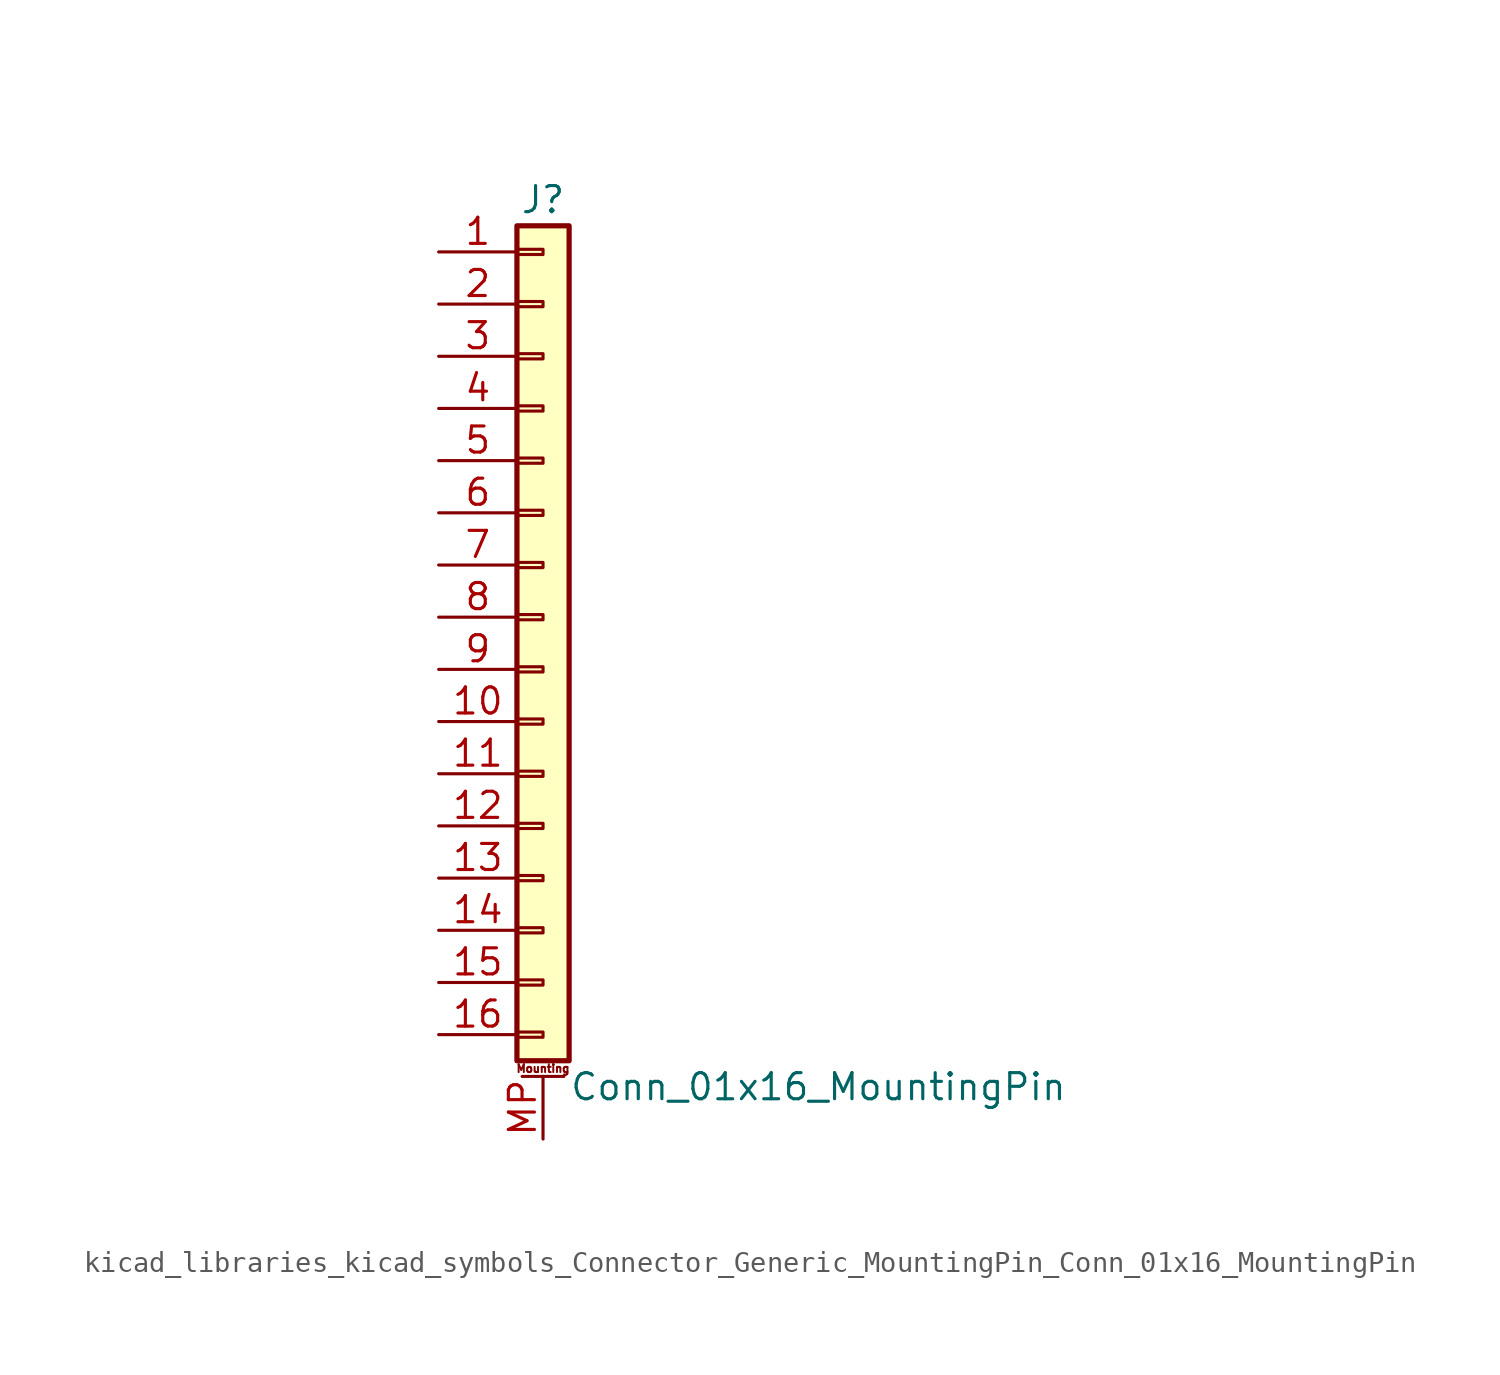
<source format=kicad_sym>
(kicad_symbol_lib
  (version 20220914)
  (generator kicad_symbol_editor)
  (symbol "kicad_libraries_kicad_symbols_Connector_Generic_MountingPin_Conn_01x16_MountingPin"
    (pin_names
      (offset 1.016) hide)
    (property "Reference" "J"
      (at 0 20.32 0)
      (effects (font (size 1.27 1.27))))
    (property "Value" "Conn_01x16_MountingPin"
      (at 1.27 -22.86 0)
      (effects (font (size 1.27 1.27)) (justify left)))
    (symbol "kicad_libraries_kicad_symbols_Connector_Generic_MountingPin_Conn_01x16_MountingPin_1_1"
      (rectangle (start -1.27 -20.193) (end 0 -20.447) (stroke (width 0.152) (type default)) (fill (type none)))
      (rectangle (start -1.27 -17.653) (end 0 -17.907) (stroke (width 0.152) (type default)) (fill (type none)))
      (rectangle (start -1.27 -15.113) (end 0 -15.367) (stroke (width 0.152) (type default)) (fill (type none)))
      (rectangle (start -1.27 -12.573) (end 0 -12.827) (stroke (width 0.152) (type default)) (fill (type none)))
      (rectangle (start -1.27 -10.033) (end 0 -10.287) (stroke (width 0.152) (type default)) (fill (type none)))
      (rectangle (start -1.27 -7.493) (end 0 -7.747) (stroke (width 0.152) (type default)) (fill (type none)))
      (rectangle (start -1.27 -4.953) (end 0 -5.207) (stroke (width 0.152) (type default)) (fill (type none)))
      (rectangle (start -1.27 -2.413) (end 0 -2.667) (stroke (width 0.152) (type default)) (fill (type none)))
      (rectangle (start -1.27 0.127) (end 0 -0.127) (stroke (width 0.152) (type default)) (fill (type none)))
      (rectangle (start -1.27 2.667) (end 0 2.413) (stroke (width 0.152) (type default)) (fill (type none)))
      (rectangle (start -1.27 5.207) (end 0 4.953) (stroke (width 0.152) (type default)) (fill (type none)))
      (rectangle (start -1.27 7.747) (end 0 7.493) (stroke (width 0.152) (type default)) (fill (type none)))
      (rectangle (start -1.27 10.287) (end 0 10.033) (stroke (width 0.152) (type default)) (fill (type none)))
      (rectangle (start -1.27 12.827) (end 0 12.573) (stroke (width 0.152) (type default)) (fill (type none)))
      (rectangle (start -1.27 15.367) (end 0 15.113) (stroke (width 0.152) (type default)) (fill (type none)))
      (rectangle (start -1.27 17.907) (end 0 17.653) (stroke (width 0.152) (type default)) (fill (type none)))
      (rectangle (start -1.27 19.05) (end 1.27 -21.59) (stroke (width 0.254) (type default)) (fill (type background)))
      (polyline (pts (xy -1.016 -22.352) (xy 1.016 -22.352)) (stroke (width 0.152) (type default)) (fill (type none)))
      (text "Mounting" (at 0 -21.971 0) (effects (font (size 0.381 0.381))))
      (pin passive line (at -5.08 17.78 0) (length 3.81) (name "Pin_1" (effects (font (size 1.27 1.27)))) (number "1" (effects (font (size 1.27 1.27)))))
      (pin passive line (at -5.08 -5.08 0) (length 3.81) (name "Pin_10" (effects (font (size 1.27 1.27)))) (number "10" (effects (font (size 1.27 1.27)))))
      (pin passive line (at -5.08 -7.62 0) (length 3.81) (name "Pin_11" (effects (font (size 1.27 1.27)))) (number "11" (effects (font (size 1.27 1.27)))))
      (pin passive line (at -5.08 -10.16 0) (length 3.81) (name "Pin_12" (effects (font (size 1.27 1.27)))) (number "12" (effects (font (size 1.27 1.27)))))
      (pin passive line (at -5.08 -12.7 0) (length 3.81) (name "Pin_13" (effects (font (size 1.27 1.27)))) (number "13" (effects (font (size 1.27 1.27)))))
      (pin passive line (at -5.08 -15.24 0) (length 3.81) (name "Pin_14" (effects (font (size 1.27 1.27)))) (number "14" (effects (font (size 1.27 1.27)))))
      (pin passive line (at -5.08 -17.78 0) (length 3.81) (name "Pin_15" (effects (font (size 1.27 1.27)))) (number "15" (effects (font (size 1.27 1.27)))))
      (pin passive line (at -5.08 -20.32 0) (length 3.81) (name "Pin_16" (effects (font (size 1.27 1.27)))) (number "16" (effects (font (size 1.27 1.27)))))
      (pin passive line (at -5.08 15.24 0) (length 3.81) (name "Pin_2" (effects (font (size 1.27 1.27)))) (number "2" (effects (font (size 1.27 1.27)))))
      (pin passive line (at -5.08 12.7 0) (length 3.81) (name "Pin_3" (effects (font (size 1.27 1.27)))) (number "3" (effects (font (size 1.27 1.27)))))
      (pin passive line (at -5.08 10.16 0) (length 3.81) (name "Pin_4" (effects (font (size 1.27 1.27)))) (number "4" (effects (font (size 1.27 1.27)))))
      (pin passive line (at -5.08 7.62 0) (length 3.81) (name "Pin_5" (effects (font (size 1.27 1.27)))) (number "5" (effects (font (size 1.27 1.27)))))
      (pin passive line (at -5.08 5.08 0) (length 3.81) (name "Pin_6" (effects (font (size 1.27 1.27)))) (number "6" (effects (font (size 1.27 1.27)))))
      (pin passive line (at -5.08 2.54 0) (length 3.81) (name "Pin_7" (effects (font (size 1.27 1.27)))) (number "7" (effects (font (size 1.27 1.27)))))
      (pin passive line (at -5.08 0 0) (length 3.81) (name "Pin_8" (effects (font (size 1.27 1.27)))) (number "8" (effects (font (size 1.27 1.27)))))
      (pin passive line (at -5.08 -2.54 0) (length 3.81) (name "Pin_9" (effects (font (size 1.27 1.27)))) (number "9" (effects (font (size 1.27 1.27)))))
      (pin passive line (at 0 -25.4 90) (length 3.048) (name "MountPin" (effects (font (size 1.27 1.27)))) (number "MP" (effects (font (size 1.27 1.27))))))))
</source>
